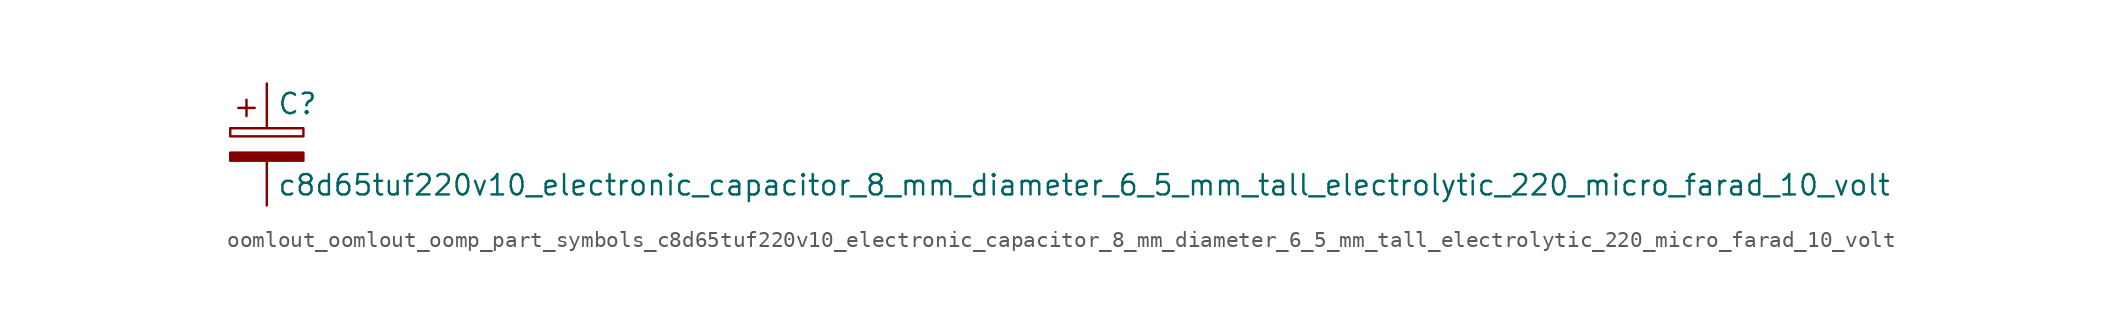
<source format=kicad_sym>
(kicad_symbol_lib
  (version 20220914)
  (generator kicad_symbol_editor)
  (symbol "oomlout_oomlout_oomp_part_symbols_c8d65tuf220v10_electronic_capacitor_8_mm_diameter_6_5_mm_tall_electrolytic_220_micro_farad_10_volt"
    (pin_numbers hide)
    (pin_names
      (offset 0.254))
    (property "Reference" "C"
      (at 0.635 2.54 0)
      (effects (font (size 1.27 1.27)) (justify left)))
    (property "Value" "c8d65tuf220v10_electronic_capacitor_8_mm_diameter_6_5_mm_tall_electrolytic_220_micro_farad_10_volt"
      (at 0.635 -2.54 0)
      (effects (font (size 1.27 1.27)) (justify left)))
    (symbol "oomlout_oomlout_oomp_part_symbols_c8d65tuf220v10_electronic_capacitor_8_mm_diameter_6_5_mm_tall_electrolytic_220_micro_farad_10_volt_0_1"
      (rectangle (start -2.286 0.508) (end 2.286 1.016) (stroke (width 0) (type default)) (fill (type none)))
      (polyline (pts (xy -1.778 2.286) (xy -0.762 2.286)) (stroke (width 0) (type default)) (fill (type none)))
      (polyline (pts (xy -1.27 2.794) (xy -1.27 1.778)) (stroke (width 0) (type default)) (fill (type none)))
      (rectangle (start 2.286 -0.508) (end -2.286 -1.016) (stroke (width 0) (type default)) (fill (type outline))))
    (symbol "oomlout_oomlout_oomp_part_symbols_c8d65tuf220v10_electronic_capacitor_8_mm_diameter_6_5_mm_tall_electrolytic_220_micro_farad_10_volt_1_1"
      (pin passive line (at 0 3.81 270) (length 2.794) (name "~" (effects (font (size 1.27 1.27)))) (number "1" (effects (font (size 1.27 1.27)))))
      (pin passive line (at 0 -3.81 90) (length 2.794) (name "~" (effects (font (size 1.27 1.27)))) (number "2" (effects (font (size 1.27 1.27))))))))
</source>
